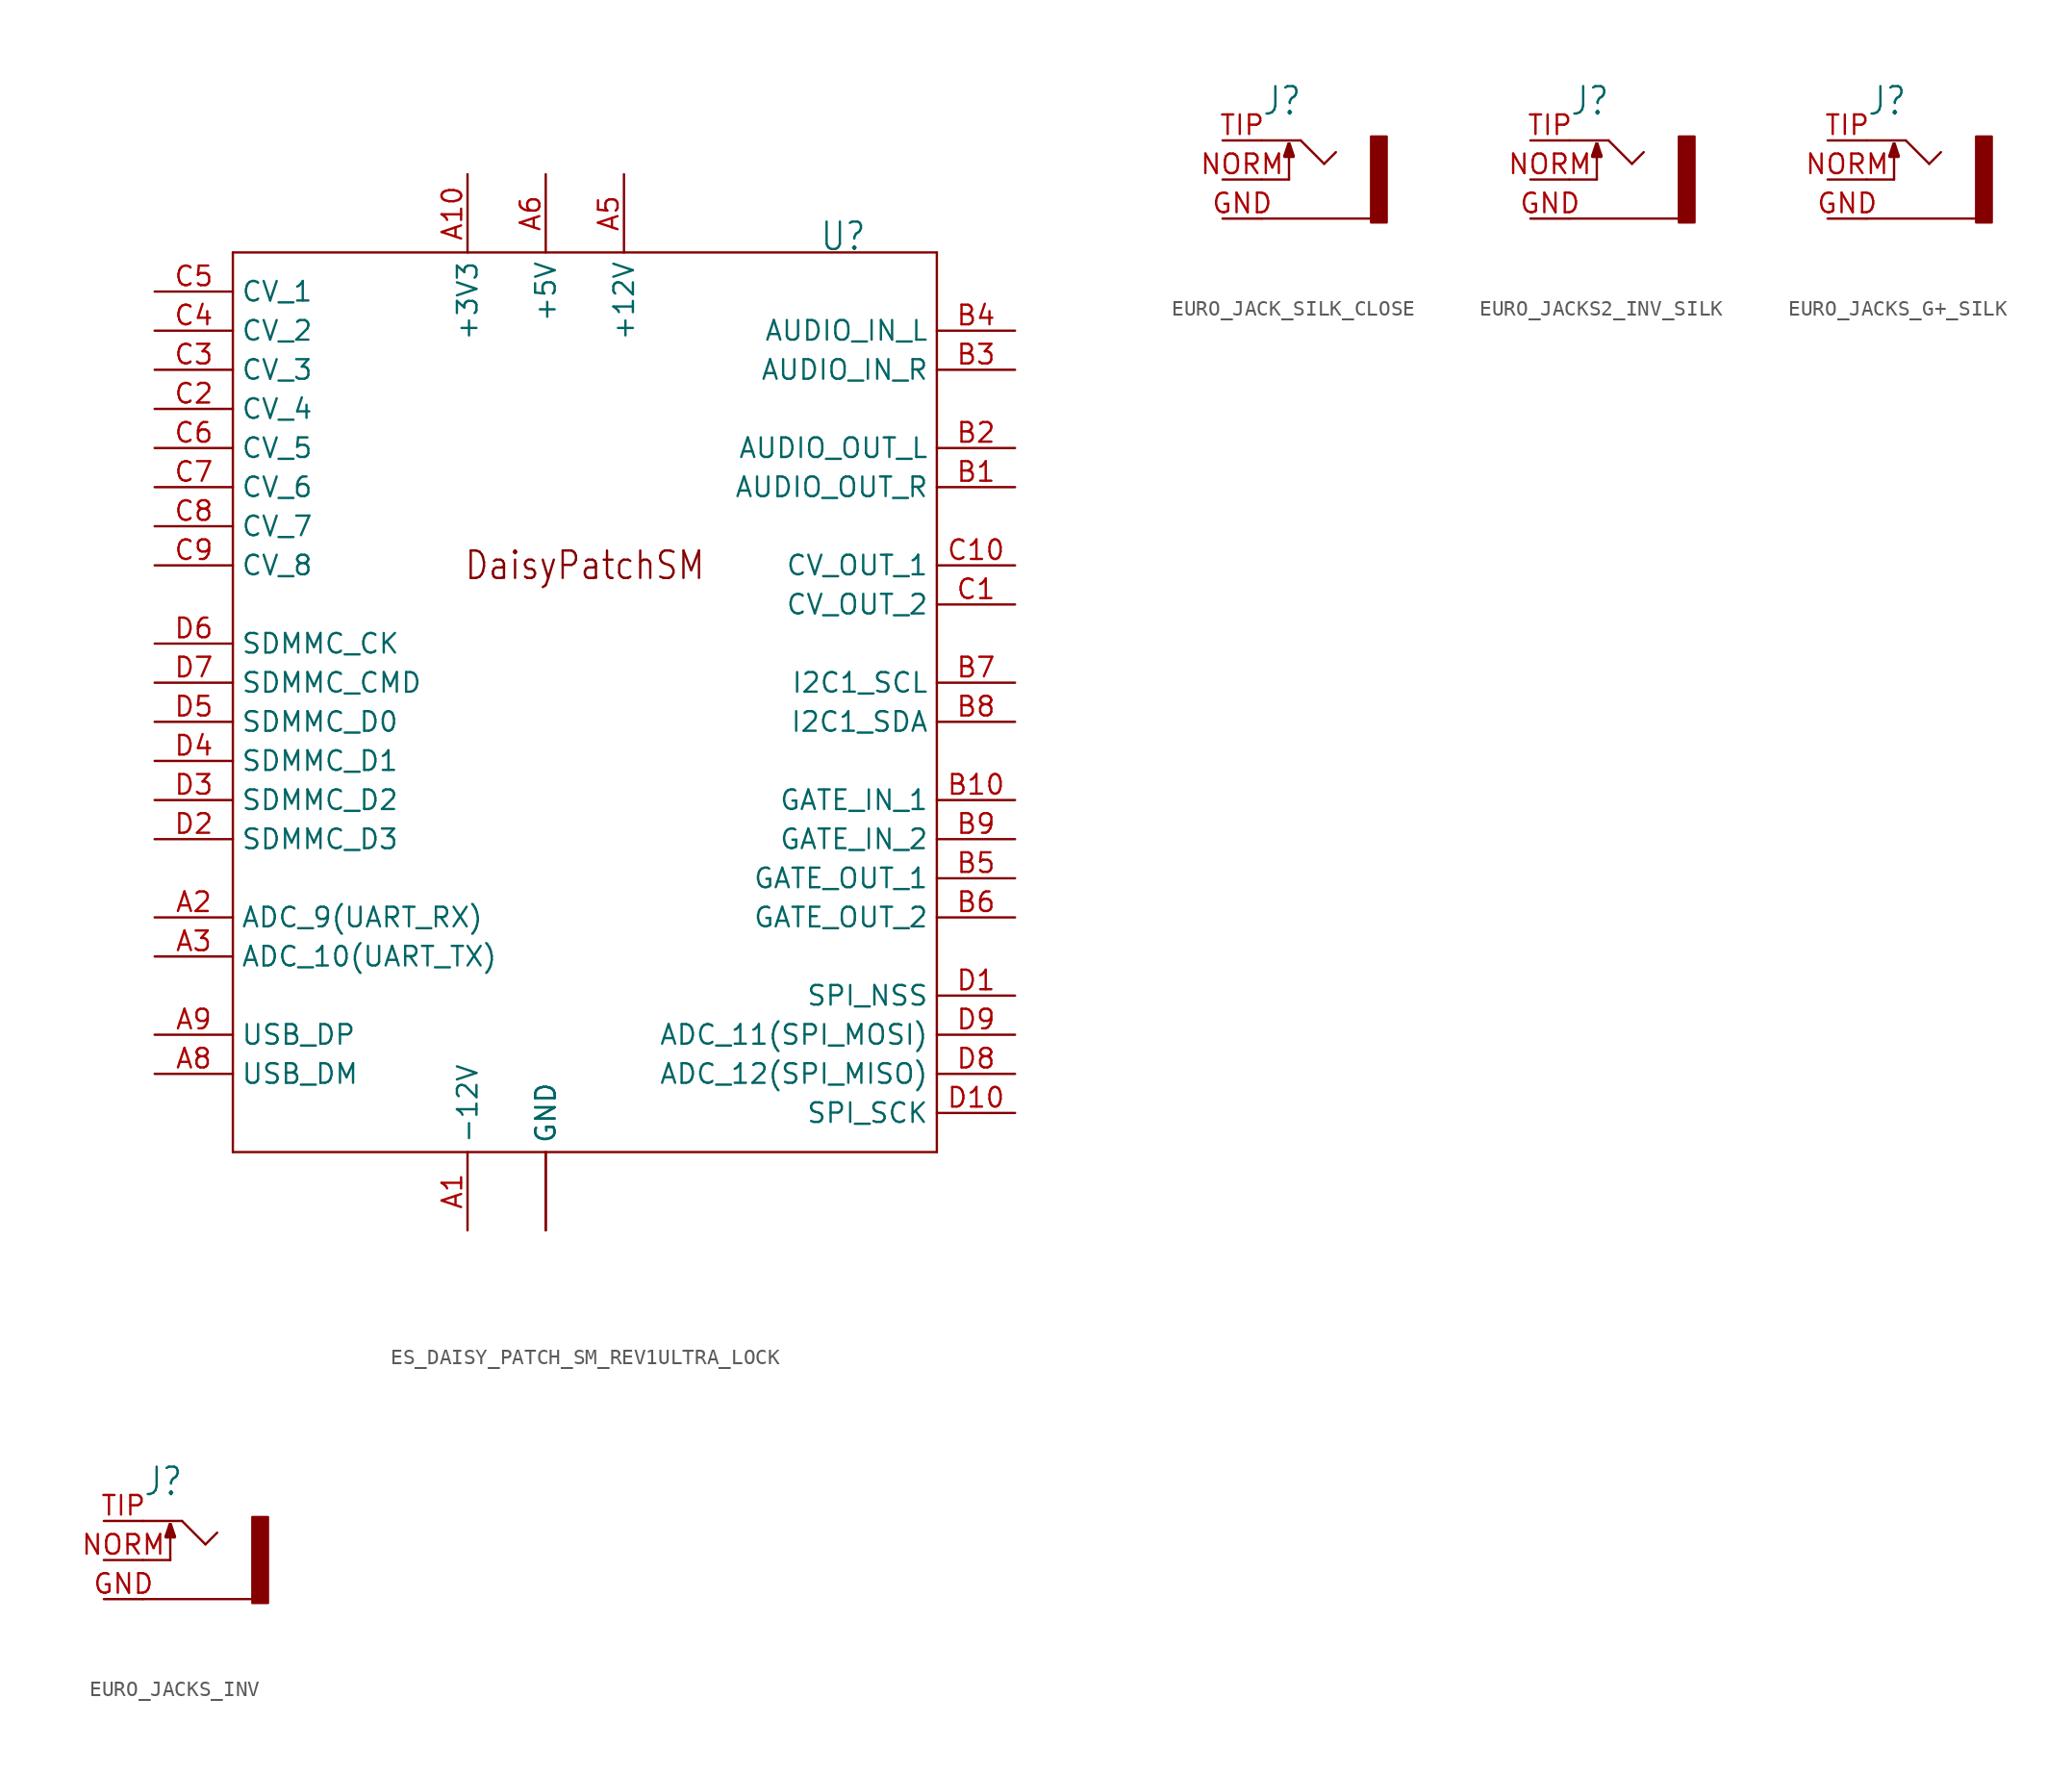
<source format=kicad_sym>
(kicad_symbol_lib
  (version 20231120)
  (generator "kicad_symbol_editor")
  (generator_version "8.0")
  (symbol "ES_DAISY_PATCH_SM_REV1ULTRA_LOCK"
    (property "Reference" "U"
      (at 15.24 27.94 0)
      (effects (font (size 1.778 1.511)) (justify left bottom)))
    (property "ki_locked" ""
      (at 0 0 0)
      (effects (font (size 1.27 1.27))))
    (symbol "ES_DAISY_PATCH_SM_REV1ULTRA_LOCK_1_0"
      (polyline (pts (xy -22.86 -30.48) (xy 22.86 -30.48)) (stroke (width 0.152) (type solid)) (fill (type none)))
      (polyline (pts (xy -22.86 27.94) (xy -22.86 -30.48)) (stroke (width 0.152) (type solid)) (fill (type none)))
      (polyline (pts (xy 22.86 -30.48) (xy 22.86 27.94)) (stroke (width 0.152) (type solid)) (fill (type none)))
      (polyline (pts (xy 22.86 27.94) (xy -22.86 27.94)) (stroke (width 0.152) (type solid)) (fill (type none)))
      (text "DaisyPatchSM" (at 0 7.62 0) (effects (font (size 1.778 1.511))))
      (pin bidirectional line (at -7.62 -35.56 90) (length 5.08) (name "-12V" (effects (font (size 1.27 1.27)))) (number "A1" (effects (font (size 1.27 1.27)))))
      (pin bidirectional line (at -7.62 33.02 270) (length 5.08) (name "+3V3" (effects (font (size 1.27 1.27)))) (number "A10" (effects (font (size 1.27 1.27)))))
      (pin bidirectional line (at -27.94 -15.24 0) (length 5.08) (name "ADC_9(UART_RX)" (effects (font (size 1.27 1.27)))) (number "A2" (effects (font (size 1.27 1.27)))))
      (pin bidirectional line (at -27.94 -17.78 0) (length 5.08) (name "ADC_10(UART_TX)" (effects (font (size 1.27 1.27)))) (number "A3" (effects (font (size 1.27 1.27)))))
      (pin bidirectional line (at -2.54 -35.56 90) (length 5.08) (name "GND" (effects (font (size 1.27 1.27)))) (number "A4" (effects (font (size 0 0)))))
      (pin bidirectional line (at 2.54 33.02 270) (length 5.08) (name "+12V" (effects (font (size 1.27 1.27)))) (number "A5" (effects (font (size 1.27 1.27)))))
      (pin bidirectional line (at -2.54 33.02 270) (length 5.08) (name "+5V" (effects (font (size 1.27 1.27)))) (number "A6" (effects (font (size 1.27 1.27)))))
      (pin bidirectional line (at -2.54 -35.56 90) (length 5.08) (name "GND" (effects (font (size 1.27 1.27)))) (number "A7" (effects (font (size 0 0)))))
      (pin bidirectional line (at -27.94 -25.4 0) (length 5.08) (name "USB_DM" (effects (font (size 1.27 1.27)))) (number "A8" (effects (font (size 1.27 1.27)))))
      (pin bidirectional line (at -27.94 -22.86 0) (length 5.08) (name "USB_DP" (effects (font (size 1.27 1.27)))) (number "A9" (effects (font (size 1.27 1.27)))))
      (pin bidirectional line (at 27.94 12.7 180) (length 5.08) (name "AUDIO_OUT_R" (effects (font (size 1.27 1.27)))) (number "B1" (effects (font (size 1.27 1.27)))))
      (pin bidirectional line (at 27.94 -7.62 180) (length 5.08) (name "GATE_IN_1" (effects (font (size 1.27 1.27)))) (number "B10" (effects (font (size 1.27 1.27)))))
      (pin bidirectional line (at 27.94 15.24 180) (length 5.08) (name "AUDIO_OUT_L" (effects (font (size 1.27 1.27)))) (number "B2" (effects (font (size 1.27 1.27)))))
      (pin bidirectional line (at 27.94 20.32 180) (length 5.08) (name "AUDIO_IN_R" (effects (font (size 1.27 1.27)))) (number "B3" (effects (font (size 1.27 1.27)))))
      (pin bidirectional line (at 27.94 22.86 180) (length 5.08) (name "AUDIO_IN_L" (effects (font (size 1.27 1.27)))) (number "B4" (effects (font (size 1.27 1.27)))))
      (pin bidirectional line (at 27.94 -12.7 180) (length 5.08) (name "GATE_OUT_1" (effects (font (size 1.27 1.27)))) (number "B5" (effects (font (size 1.27 1.27)))))
      (pin bidirectional line (at 27.94 -15.24 180) (length 5.08) (name "GATE_OUT_2" (effects (font (size 1.27 1.27)))) (number "B6" (effects (font (size 1.27 1.27)))))
      (pin bidirectional line (at 27.94 0 180) (length 5.08) (name "I2C1_SCL" (effects (font (size 1.27 1.27)))) (number "B7" (effects (font (size 1.27 1.27)))))
      (pin bidirectional line (at 27.94 -2.54 180) (length 5.08) (name "I2C1_SDA" (effects (font (size 1.27 1.27)))) (number "B8" (effects (font (size 1.27 1.27)))))
      (pin bidirectional line (at 27.94 -10.16 180) (length 5.08) (name "GATE_IN_2" (effects (font (size 1.27 1.27)))) (number "B9" (effects (font (size 1.27 1.27)))))
      (pin bidirectional line (at 27.94 5.08 180) (length 5.08) (name "CV_OUT_2" (effects (font (size 1.27 1.27)))) (number "C1" (effects (font (size 1.27 1.27)))))
      (pin bidirectional line (at 27.94 7.62 180) (length 5.08) (name "CV_OUT_1" (effects (font (size 1.27 1.27)))) (number "C10" (effects (font (size 1.27 1.27)))))
      (pin bidirectional line (at -27.94 17.78 0) (length 5.08) (name "CV_4" (effects (font (size 1.27 1.27)))) (number "C2" (effects (font (size 1.27 1.27)))))
      (pin bidirectional line (at -27.94 20.32 0) (length 5.08) (name "CV_3" (effects (font (size 1.27 1.27)))) (number "C3" (effects (font (size 1.27 1.27)))))
      (pin bidirectional line (at -27.94 22.86 0) (length 5.08) (name "CV_2" (effects (font (size 1.27 1.27)))) (number "C4" (effects (font (size 1.27 1.27)))))
      (pin bidirectional line (at -27.94 25.4 0) (length 5.08) (name "CV_1" (effects (font (size 1.27 1.27)))) (number "C5" (effects (font (size 1.27 1.27)))))
      (pin bidirectional line (at -27.94 15.24 0) (length 5.08) (name "CV_5" (effects (font (size 1.27 1.27)))) (number "C6" (effects (font (size 1.27 1.27)))))
      (pin bidirectional line (at -27.94 12.7 0) (length 5.08) (name "CV_6" (effects (font (size 1.27 1.27)))) (number "C7" (effects (font (size 1.27 1.27)))))
      (pin bidirectional line (at -27.94 10.16 0) (length 5.08) (name "CV_7" (effects (font (size 1.27 1.27)))) (number "C8" (effects (font (size 1.27 1.27)))))
      (pin bidirectional line (at -27.94 7.62 0) (length 5.08) (name "CV_8" (effects (font (size 1.27 1.27)))) (number "C9" (effects (font (size 1.27 1.27)))))
      (pin bidirectional line (at 27.94 -20.32 180) (length 5.08) (name "SPI_NSS" (effects (font (size 1.27 1.27)))) (number "D1" (effects (font (size 1.27 1.27)))))
      (pin bidirectional line (at 27.94 -27.94 180) (length 5.08) (name "SPI_SCK" (effects (font (size 1.27 1.27)))) (number "D10" (effects (font (size 1.27 1.27)))))
      (pin bidirectional line (at -27.94 -10.16 0) (length 5.08) (name "SDMMC_D3" (effects (font (size 1.27 1.27)))) (number "D2" (effects (font (size 1.27 1.27)))))
      (pin bidirectional line (at -27.94 -7.62 0) (length 5.08) (name "SDMMC_D2" (effects (font (size 1.27 1.27)))) (number "D3" (effects (font (size 1.27 1.27)))))
      (pin bidirectional line (at -27.94 -5.08 0) (length 5.08) (name "SDMMC_D1" (effects (font (size 1.27 1.27)))) (number "D4" (effects (font (size 1.27 1.27)))))
      (pin bidirectional line (at -27.94 -2.54 0) (length 5.08) (name "SDMMC_D0" (effects (font (size 1.27 1.27)))) (number "D5" (effects (font (size 1.27 1.27)))))
      (pin bidirectional line (at -27.94 2.54 0) (length 5.08) (name "SDMMC_CK" (effects (font (size 1.27 1.27)))) (number "D6" (effects (font (size 1.27 1.27)))))
      (pin bidirectional line (at -27.94 0 0) (length 5.08) (name "SDMMC_CMD" (effects (font (size 1.27 1.27)))) (number "D7" (effects (font (size 1.27 1.27)))))
      (pin bidirectional line (at 27.94 -25.4 180) (length 5.08) (name "ADC_12(SPI_MISO)" (effects (font (size 1.27 1.27)))) (number "D8" (effects (font (size 1.27 1.27)))))
      (pin bidirectional line (at 27.94 -22.86 180) (length 5.08) (name "ADC_11(SPI_MOSI)" (effects (font (size 1.27 1.27)))) (number "D9" (effects (font (size 1.27 1.27)))))))
  (symbol "EURO_JACK_SILK_CLOSE"
    (property "Reference" "J"
      (at -2.54 4.064 0)
      (effects (font (size 1.778 1.511)) (justify left bottom)))
    (property "Value" ""
      (at -2.54 -6.096 0)
      (effects (font (size 1.778 1.511)) (justify left bottom)))
    (property "ki_locked" ""
      (at 0 0 0)
      (effects (font (size 1.27 1.27))))
    (symbol "EURO_JACK_SILK_CLOSE_1_0"
      (polyline (pts (xy -2.54 -2.54) (xy 4.572 -2.54)) (stroke (width 0.152) (type solid)) (fill (type none)))
      (polyline (pts (xy -2.54 0) (xy -0.762 0)) (stroke (width 0.152) (type solid)) (fill (type none)))
      (polyline (pts (xy -2.54 2.54) (xy 0 2.54)) (stroke (width 0.152) (type solid)) (fill (type none)))
      (polyline (pts (xy -1.016 1.524) (xy -0.508 1.524)) (stroke (width 0.254) (type solid)) (fill (type none)))
      (polyline (pts (xy -0.762 0) (xy -0.762 2.286)) (stroke (width 0.152) (type solid)) (fill (type none)))
      (polyline (pts (xy -0.762 2.286) (xy -1.016 1.524)) (stroke (width 0.254) (type solid)) (fill (type none)))
      (polyline (pts (xy -0.508 1.524) (xy -0.762 2.286)) (stroke (width 0.254) (type solid)) (fill (type none)))
      (polyline (pts (xy 0 2.54) (xy 1.524 1.016)) (stroke (width 0.152) (type solid)) (fill (type none)))
      (polyline (pts (xy 1.524 1.016) (xy 2.286 1.778)) (stroke (width 0.152) (type solid)) (fill (type none)))
      (rectangle (start 4.572 2.794) (end 5.588 -2.794) (stroke (width 0) (type default)) (fill (type outline)))
      (pin passive line (at -5.08 -2.54 0) (length 2.54) (name "GND" (effects (font (size 0 0)))) (number "GND" (effects (font (size 1.27 1.27)))))
      (pin passive line (at -5.08 0 0) (length 2.54) (name "NORM" (effects (font (size 0 0)))) (number "NORM" (effects (font (size 1.27 1.27)))))
      (pin passive line (at -5.08 2.54 0) (length 2.54) (name "TIP" (effects (font (size 0 0)))) (number "TIP" (effects (font (size 1.27 1.27)))))))
  (symbol "EURO_JACKS2_INV_SILK"
    (property "Reference" "J"
      (at -2.54 4.064 0)
      (effects (font (size 1.778 1.511)) (justify left bottom)))
    (property "Value" ""
      (at -2.54 -6.096 0)
      (effects (font (size 1.778 1.511)) (justify left bottom)))
    (property "ki_locked" ""
      (at 0 0 0)
      (effects (font (size 1.27 1.27))))
    (symbol "EURO_JACKS2_INV_SILK_1_0"
      (polyline (pts (xy -2.54 -2.54) (xy 4.572 -2.54)) (stroke (width 0.152) (type solid)) (fill (type none)))
      (polyline (pts (xy -2.54 0) (xy -0.762 0)) (stroke (width 0.152) (type solid)) (fill (type none)))
      (polyline (pts (xy -2.54 2.54) (xy 0 2.54)) (stroke (width 0.152) (type solid)) (fill (type none)))
      (polyline (pts (xy -1.016 1.524) (xy -0.508 1.524)) (stroke (width 0.254) (type solid)) (fill (type none)))
      (polyline (pts (xy -0.762 0) (xy -0.762 2.286)) (stroke (width 0.152) (type solid)) (fill (type none)))
      (polyline (pts (xy -0.762 2.286) (xy -1.016 1.524)) (stroke (width 0.254) (type solid)) (fill (type none)))
      (polyline (pts (xy -0.508 1.524) (xy -0.762 2.286)) (stroke (width 0.254) (type solid)) (fill (type none)))
      (polyline (pts (xy 0 2.54) (xy 1.524 1.016)) (stroke (width 0.152) (type solid)) (fill (type none)))
      (polyline (pts (xy 1.524 1.016) (xy 2.286 1.778)) (stroke (width 0.152) (type solid)) (fill (type none)))
      (rectangle (start 4.572 2.794) (end 5.588 -2.794) (stroke (width 0) (type default)) (fill (type outline)))
      (pin passive line (at -5.08 -2.54 0) (length 2.54) (name "GND" (effects (font (size 0 0)))) (number "GND" (effects (font (size 1.27 1.27)))))
      (pin passive line (at -5.08 0 0) (length 2.54) (name "NORM" (effects (font (size 0 0)))) (number "NORM" (effects (font (size 1.27 1.27)))))
      (pin passive line (at -5.08 2.54 0) (length 2.54) (name "TIP" (effects (font (size 0 0)))) (number "TIP" (effects (font (size 1.27 1.27)))))))
  (symbol "EURO_JACKS_G+_SILK"
    (property "Reference" "J"
      (at -2.54 4.064 0)
      (effects (font (size 1.778 1.511)) (justify left bottom)))
    (property "Value" ""
      (at -2.54 -6.096 0)
      (effects (font (size 1.778 1.511)) (justify left bottom)))
    (property "ki_locked" ""
      (at 0 0 0)
      (effects (font (size 1.27 1.27))))
    (symbol "EURO_JACKS_G+_SILK_1_0"
      (polyline (pts (xy -2.54 -2.54) (xy 4.572 -2.54)) (stroke (width 0.152) (type solid)) (fill (type none)))
      (polyline (pts (xy -2.54 0) (xy -0.762 0)) (stroke (width 0.152) (type solid)) (fill (type none)))
      (polyline (pts (xy -2.54 2.54) (xy 0 2.54)) (stroke (width 0.152) (type solid)) (fill (type none)))
      (polyline (pts (xy -1.016 1.524) (xy -0.508 1.524)) (stroke (width 0.254) (type solid)) (fill (type none)))
      (polyline (pts (xy -0.762 0) (xy -0.762 2.286)) (stroke (width 0.152) (type solid)) (fill (type none)))
      (polyline (pts (xy -0.762 2.286) (xy -1.016 1.524)) (stroke (width 0.254) (type solid)) (fill (type none)))
      (polyline (pts (xy -0.508 1.524) (xy -0.762 2.286)) (stroke (width 0.254) (type solid)) (fill (type none)))
      (polyline (pts (xy 0 2.54) (xy 1.524 1.016)) (stroke (width 0.152) (type solid)) (fill (type none)))
      (polyline (pts (xy 1.524 1.016) (xy 2.286 1.778)) (stroke (width 0.152) (type solid)) (fill (type none)))
      (rectangle (start 4.572 2.794) (end 5.588 -2.794) (stroke (width 0) (type default)) (fill (type outline)))
      (pin passive line (at -5.08 -2.54 0) (length 2.54) (name "GND" (effects (font (size 0 0)))) (number "GND" (effects (font (size 1.27 1.27)))))
      (pin passive line (at -5.08 0 0) (length 2.54) (name "NORM" (effects (font (size 0 0)))) (number "NORM" (effects (font (size 1.27 1.27)))))
      (pin passive line (at -5.08 2.54 0) (length 2.54) (name "TIP" (effects (font (size 0 0)))) (number "TIP" (effects (font (size 1.27 1.27)))))))
  (symbol "EURO_JACKS_INV"
    (property "Reference" "J"
      (at -2.54 4.064 0)
      (effects (font (size 1.778 1.511)) (justify left bottom)))
    (property "Value" ""
      (at -2.54 -6.096 0)
      (effects (font (size 1.778 1.511)) (justify left bottom)))
    (property "ki_locked" ""
      (at 0 0 0)
      (effects (font (size 1.27 1.27))))
    (symbol "EURO_JACKS_INV_1_0"
      (polyline (pts (xy -2.54 -2.54) (xy 4.572 -2.54)) (stroke (width 0.152) (type solid)) (fill (type none)))
      (polyline (pts (xy -2.54 0) (xy -0.762 0)) (stroke (width 0.152) (type solid)) (fill (type none)))
      (polyline (pts (xy -2.54 2.54) (xy 0 2.54)) (stroke (width 0.152) (type solid)) (fill (type none)))
      (polyline (pts (xy -1.016 1.524) (xy -0.508 1.524)) (stroke (width 0.254) (type solid)) (fill (type none)))
      (polyline (pts (xy -0.762 0) (xy -0.762 2.286)) (stroke (width 0.152) (type solid)) (fill (type none)))
      (polyline (pts (xy -0.762 2.286) (xy -1.016 1.524)) (stroke (width 0.254) (type solid)) (fill (type none)))
      (polyline (pts (xy -0.508 1.524) (xy -0.762 2.286)) (stroke (width 0.254) (type solid)) (fill (type none)))
      (polyline (pts (xy 0 2.54) (xy 1.524 1.016)) (stroke (width 0.152) (type solid)) (fill (type none)))
      (polyline (pts (xy 1.524 1.016) (xy 2.286 1.778)) (stroke (width 0.152) (type solid)) (fill (type none)))
      (rectangle (start 4.572 2.794) (end 5.588 -2.794) (stroke (width 0) (type default)) (fill (type outline)))
      (pin passive line (at -5.08 -2.54 0) (length 2.54) (name "GND" (effects (font (size 0 0)))) (number "GND" (effects (font (size 1.27 1.27)))))
      (pin passive line (at -5.08 0 0) (length 2.54) (name "NORM" (effects (font (size 0 0)))) (number "NORM" (effects (font (size 1.27 1.27)))))
      (pin passive line (at -5.08 2.54 0) (length 2.54) (name "TIP" (effects (font (size 0 0)))) (number "TIP" (effects (font (size 1.27 1.27))))))))
</source>
